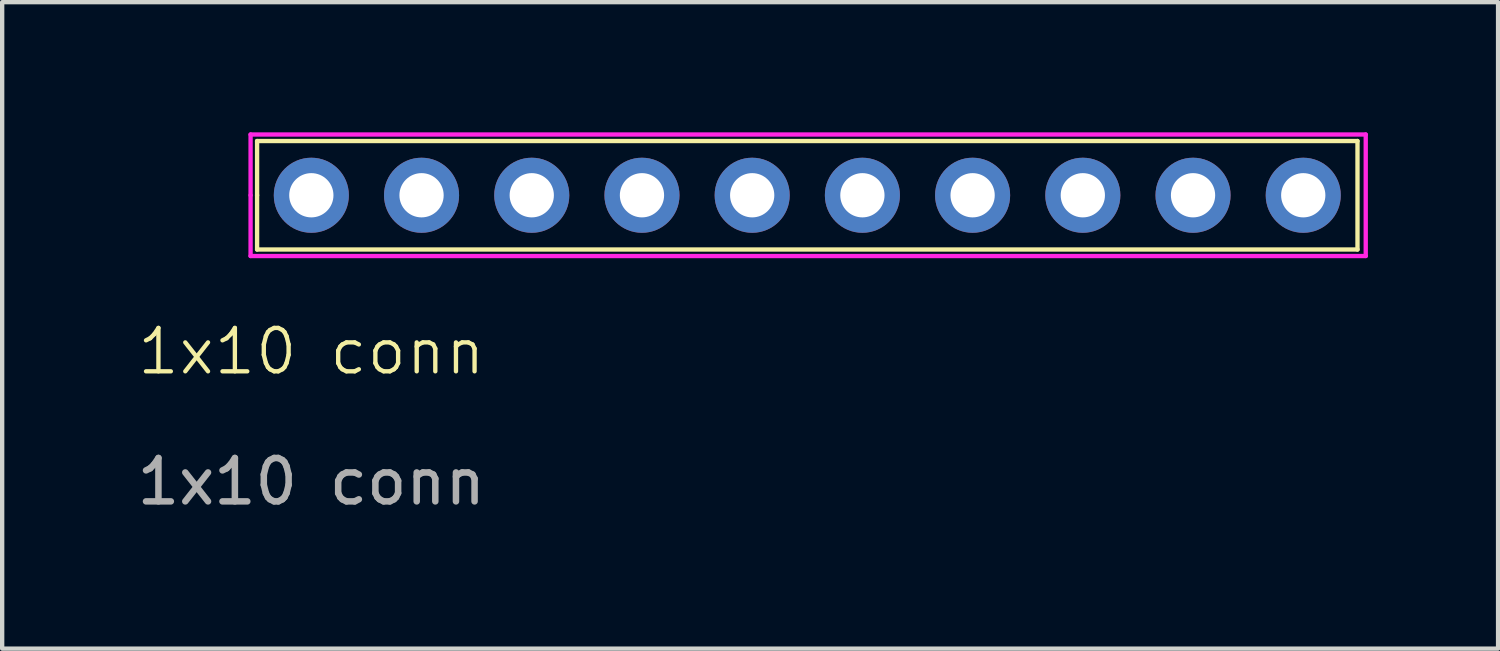
<source format=kicad_pcb>
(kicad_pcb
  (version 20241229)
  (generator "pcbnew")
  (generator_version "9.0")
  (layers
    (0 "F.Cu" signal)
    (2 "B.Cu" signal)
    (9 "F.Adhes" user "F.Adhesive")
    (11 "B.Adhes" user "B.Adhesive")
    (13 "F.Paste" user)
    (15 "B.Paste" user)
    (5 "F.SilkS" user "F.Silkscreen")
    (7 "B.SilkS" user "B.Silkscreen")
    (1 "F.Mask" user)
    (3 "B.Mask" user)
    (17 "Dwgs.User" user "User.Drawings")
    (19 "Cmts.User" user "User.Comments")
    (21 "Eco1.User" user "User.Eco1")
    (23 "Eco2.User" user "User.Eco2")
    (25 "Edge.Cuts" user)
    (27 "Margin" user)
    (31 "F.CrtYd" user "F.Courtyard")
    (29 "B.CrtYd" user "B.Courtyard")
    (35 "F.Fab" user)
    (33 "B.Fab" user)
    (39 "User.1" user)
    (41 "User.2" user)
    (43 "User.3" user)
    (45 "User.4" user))
  (footprint "1x10 conn"
    (layer "F.Cu")
    (at 4.125 1.45)
    (property "Reference" "1x10 conn" (at 0 3.6 0) (unlocked yes) (layer "F.SilkS") (effects (font (size 1 1) (thickness 0.1))))
    (attr smd)
    (fp_line (start -1.25 -1.25) (end -1.25 0) (stroke (width 0.1) (type default)) (layer "F.SilkS"))
    (fp_line (start -1.25 -1.25) (end 24.11 -1.25) (stroke (width 0.1) (type default)) (layer "F.SilkS"))
    (fp_line (start -1.25 1.25) (end -1.25 0) (stroke (width 0.1) (type default)) (layer "F.SilkS"))
    (fp_line (start -1.25 1.25) (end 24.11 1.25) (stroke (width 0.1) (type default)) (layer "F.SilkS"))
    (fp_line (start 24.11 1.25) (end 24.11 -1.25) (stroke (width 0.1) (type default)) (layer "F.SilkS"))
    (fp_line (start -1.4 -1.4) (end -1.4 0) (stroke (width 0.1) (type default)) (layer "F.CrtYd"))
    (fp_line (start -1.4 0) (end -1.4 1.4) (stroke (width 0.1) (type default)) (layer "F.CrtYd"))
    (fp_line (start -1.4 1.4) (end 24.3 1.4) (stroke (width 0.1) (type default)) (layer "F.CrtYd"))
    (fp_line (start 24.3 -1.4) (end -1.4 -1.4) (stroke (width 0.1) (type default)) (layer "F.CrtYd"))
    (fp_line (start 24.3 1.4) (end 24.3 -1.4) (stroke (width 0.1) (type default)) (layer "F.CrtYd"))
    (fp_text user "${REFERENCE}" (at 0 6.6 0) (unlocked yes) (layer "F.Fab") (effects (font (size 1 1) (thickness 0.15))))
    (pad "1" thru_hole circle (at 0 0) (size 1.73 1.73) (drill 1.02) (layers "*.Cu" "*.Mask"))
    (pad "2" thru_hole circle (at 2.54 0) (size 1.73 1.73) (drill 1.02) (layers "*.Cu" "*.Mask"))
    (pad "3" thru_hole circle (at 5.08 0) (size 1.73 1.73) (drill 1.02) (layers "*.Cu" "*.Mask"))
    (pad "4" thru_hole circle (at 7.62 0) (size 1.73 1.73) (drill 1.02) (layers "*.Cu" "*.Mask"))
    (pad "5" thru_hole circle (at 10.16 0) (size 1.73 1.73) (drill 1.02) (layers "*.Cu" "*.Mask"))
    (pad "6" thru_hole circle (at 12.7 0) (size 1.73 1.73) (drill 1.02) (layers "*.Cu" "*.Mask"))
    (pad "7" thru_hole circle (at 15.24 0) (size 1.73 1.73) (drill 1.02) (layers "*.Cu" "*.Mask"))
    (pad "8" thru_hole circle (at 17.78 0) (size 1.73 1.73) (drill 1.02) (layers "*.Cu" "*.Mask"))
    (pad "9" thru_hole circle (at 20.32 0) (size 1.73 1.73) (drill 1.02) (layers "*.Cu" "*.Mask"))
    (pad "10" thru_hole circle (at 22.86 0) (size 1.73 1.73) (drill 1.02) (layers "*.Cu" "*.Mask")))
  (gr_rect
    (start -3 -3)
    (end 31.475 11.898)
    (stroke (width 0.1) (type default))
    (fill no)
    (layer "Edge.Cuts")))
</source>
